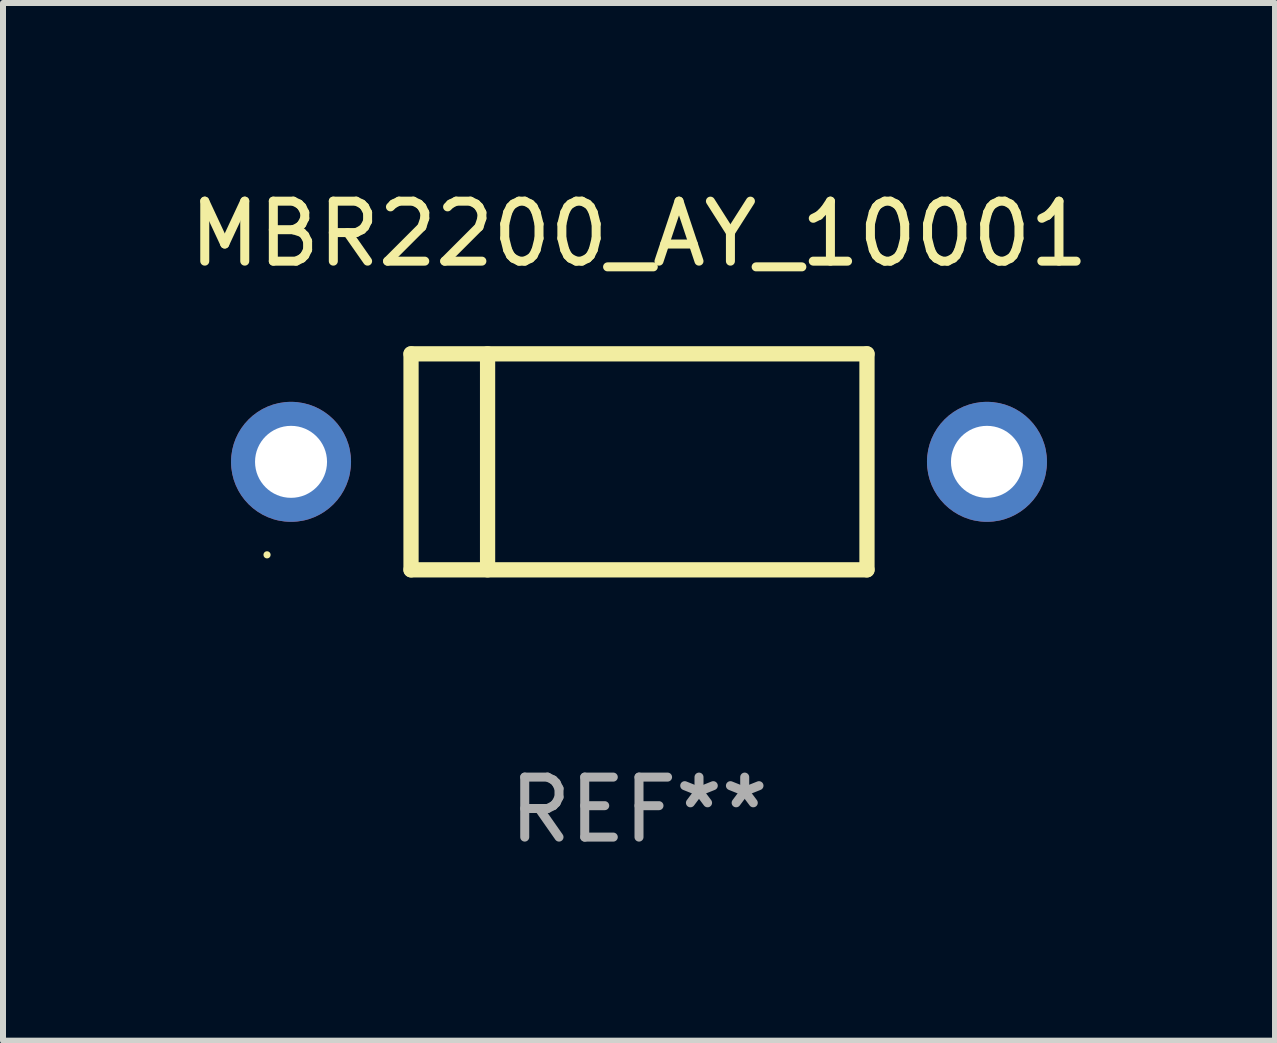
<source format=kicad_pcb>
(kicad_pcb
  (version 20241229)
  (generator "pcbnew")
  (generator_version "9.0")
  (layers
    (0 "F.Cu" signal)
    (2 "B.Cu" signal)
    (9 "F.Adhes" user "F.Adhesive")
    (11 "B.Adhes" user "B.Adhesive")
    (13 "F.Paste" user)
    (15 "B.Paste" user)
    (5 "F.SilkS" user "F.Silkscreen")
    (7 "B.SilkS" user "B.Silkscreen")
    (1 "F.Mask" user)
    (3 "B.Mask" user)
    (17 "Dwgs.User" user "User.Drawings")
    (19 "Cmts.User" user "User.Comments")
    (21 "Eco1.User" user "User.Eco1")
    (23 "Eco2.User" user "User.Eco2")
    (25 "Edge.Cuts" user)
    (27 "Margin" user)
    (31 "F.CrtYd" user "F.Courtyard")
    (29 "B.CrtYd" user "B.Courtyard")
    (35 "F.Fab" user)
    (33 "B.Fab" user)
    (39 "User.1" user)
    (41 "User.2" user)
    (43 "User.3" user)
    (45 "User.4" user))
  (footprint "MBR2200_AY_10001"
    (layer "F.Cu")
    (at 7.601 4.648)
    (property "Reference" "MBR2200_AY_10001" (at 0 -3.8 0) (layer "F.SilkS") (effects (font (size 1 1) (thickness 0.15))))
    (attr through_hole)
    (fp_line (start -3.8 -1.8) (end -3.8 1.8) (stroke (width 0.254) (type solid)) (layer "F.SilkS"))
    (fp_line (start -3.8 -1.8) (end 3.8 -1.8) (stroke (width 0.254) (type solid)) (layer "F.SilkS"))
    (fp_line (start -3.8 1.8) (end 3.8 1.8) (stroke (width 0.254) (type solid)) (layer "F.SilkS"))
    (fp_line (start -2.524 -1.8) (end -2.524 1.8) (stroke (width 0.254) (type solid)) (layer "F.SilkS"))
    (fp_line (start 3.8 -1.8) (end 3.8 1.8) (stroke (width 0.254) (type solid)) (layer "F.SilkS"))
    (fp_circle (center -6.2 1.55) (end -6.17 1.55) (stroke (width 0.06) (type solid)) (fill no) (layer "F.SilkS"))
    (fp_text user "REF**" (at 0 5.8 0) (layer "F.Fab") (effects (font (size 1 1) (thickness 0.15))))
    (pad "1" thru_hole circle (at -5.8 0) (size 2 2) (drill 1.2) (layers "*.Cu" "*.Mask"))
    (pad "2" thru_hole circle (at 5.8 0) (size 2 2) (drill 1.2) (layers "*.Cu" "*.Mask")))
  (gr_rect
    (start -3 -3)
    (end 18.202 14.296)
    (stroke (width 0.1) (type default))
    (fill no)
    (layer "Edge.Cuts")))
</source>
